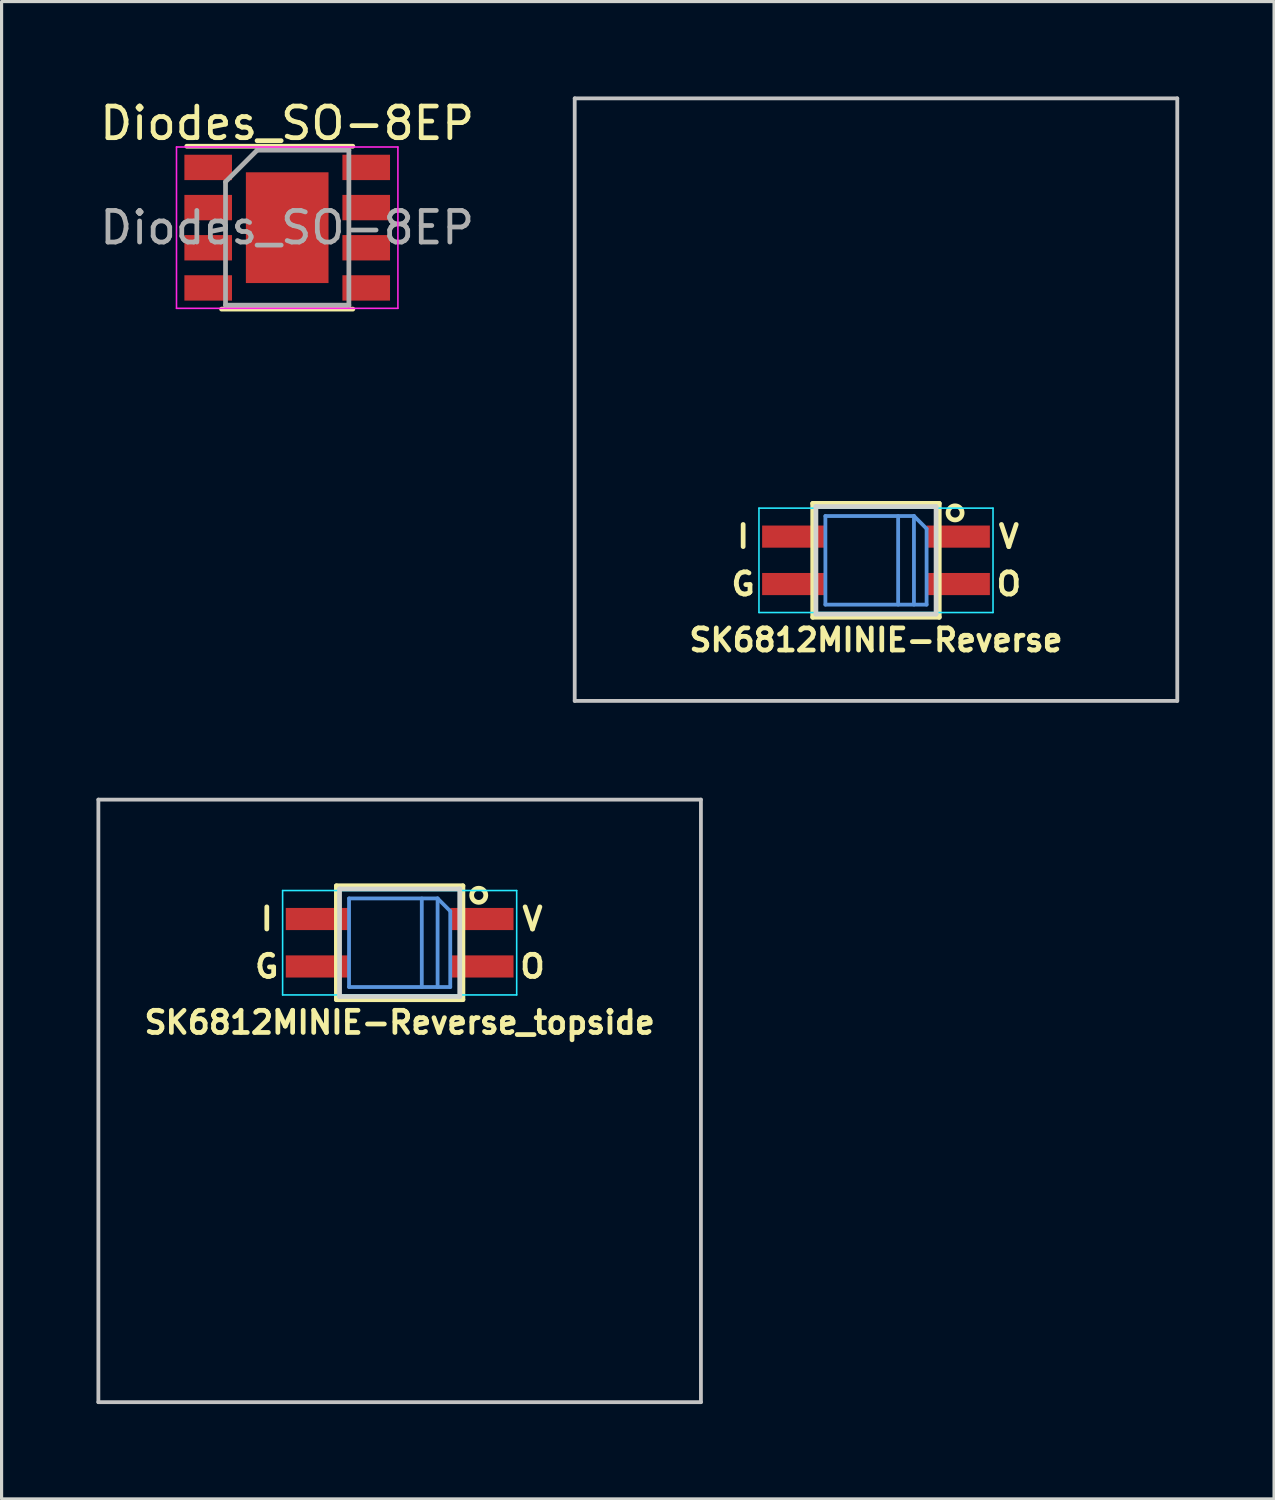
<source format=kicad_pcb>
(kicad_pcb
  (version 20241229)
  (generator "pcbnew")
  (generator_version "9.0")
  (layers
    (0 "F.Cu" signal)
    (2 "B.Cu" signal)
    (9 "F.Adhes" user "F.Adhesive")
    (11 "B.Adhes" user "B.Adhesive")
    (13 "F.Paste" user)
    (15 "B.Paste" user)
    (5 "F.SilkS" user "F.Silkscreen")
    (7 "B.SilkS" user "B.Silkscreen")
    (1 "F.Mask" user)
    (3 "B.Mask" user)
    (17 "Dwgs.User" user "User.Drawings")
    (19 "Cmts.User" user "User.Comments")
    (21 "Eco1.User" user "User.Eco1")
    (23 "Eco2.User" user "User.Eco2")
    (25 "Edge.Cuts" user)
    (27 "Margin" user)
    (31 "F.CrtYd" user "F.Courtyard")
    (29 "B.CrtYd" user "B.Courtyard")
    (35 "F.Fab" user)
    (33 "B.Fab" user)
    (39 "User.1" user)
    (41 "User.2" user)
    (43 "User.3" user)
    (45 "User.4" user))
  (footprint "SK6812MINIE-Reverse"
    (layer "F.Cu")
    (at 24.645 9.585)
    (property "Reference" "SK6812MINIE-Reverse" (at 0 7.6 0) (layer "F.SilkS") (effects (font (size 0.7 0.7) (thickness 0.15))))
    (attr smd)
    (fp_line (start -2 3.28) (end -2 6.88) (stroke (width 0.15) (type solid)) (layer "F.SilkS"))
    (fp_line (start -2 6.88) (end 2 6.88) (stroke (width 0.15) (type solid)) (layer "F.SilkS"))
    (fp_line (start 2 3.28) (end -2 3.28) (stroke (width 0.15) (type solid)) (layer "F.SilkS"))
    (fp_line (start 2 6.88) (end 2 3.28) (stroke (width 0.15) (type solid)) (layer "F.SilkS"))
    (fp_circle (center 2.5 3.58) (end 2.6 3.78) (stroke (width 0.15) (type solid)) (fill no) (layer "F.SilkS"))
    (fp_line (start -9.525 -9.525) (end 9.525 -9.525) (stroke (width 0.12) (type solid)) (layer "Dwgs.User"))
    (fp_line (start -9.525 9.525) (end -9.525 -9.525) (stroke (width 0.12) (type solid)) (layer "Dwgs.User"))
    (fp_line (start -9.525 9.525) (end 9.525 9.525) (stroke (width 0.12) (type solid)) (layer "Dwgs.User"))
    (fp_line (start 9.525 9.525) (end 9.525 -9.525) (stroke (width 0.12) (type solid)) (layer "Dwgs.User"))
    (fp_line (start -1.6 3.68) (end 1.2 3.68) (stroke (width 0.12) (type solid)) (layer "Cmts.User"))
    (fp_line (start -1.6 6.48) (end -1.6 3.68) (stroke (width 0.12) (type solid)) (layer "Cmts.User"))
    (fp_line (start 0.7 3.68) (end 0.7 6.48) (stroke (width 0.12) (type solid)) (layer "Cmts.User"))
    (fp_line (start 1.2 3.68) (end 1.6 4.08) (stroke (width 0.12) (type solid)) (layer "Cmts.User"))
    (fp_line (start 1.2 6.48) (end 1.2 3.68) (stroke (width 0.12) (type solid)) (layer "Cmts.User"))
    (fp_line (start 1.6 4.08) (end 1.6 6.48) (stroke (width 0.12) (type solid)) (layer "Cmts.User"))
    (fp_line (start 1.6 6.48) (end -1.6 6.48) (stroke (width 0.12) (type solid)) (layer "Cmts.User"))
    (fp_line (start -1.9 3.38) (end -1.9 6.78) (stroke (width 0.15) (type solid)) (layer "Edge.Cuts"))
    (fp_line (start 1.9 3.38) (end -1.9 3.38) (stroke (width 0.15) (type solid)) (layer "Edge.Cuts"))
    (fp_line (start 1.9 3.38) (end 1.9 6.78) (stroke (width 0.15) (type solid)) (layer "Edge.Cuts"))
    (fp_line (start 1.9 6.78) (end -1.9 6.78) (stroke (width 0.15) (type solid)) (layer "Edge.Cuts"))
    (fp_line (start -3.7 3.43) (end -3.7 6.73) (stroke (width 0.05) (type solid)) (layer "B.CrtYd"))
    (fp_line (start -3.7 6.73) (end 3.7 6.73) (stroke (width 0.05) (type solid)) (layer "B.CrtYd"))
    (fp_line (start 3.7 3.43) (end -3.7 3.43) (stroke (width 0.05) (type solid)) (layer "B.CrtYd"))
    (fp_line (start 3.7 6.73) (end 3.7 3.43) (stroke (width 0.05) (type solid)) (layer "B.CrtYd"))
    (fp_text user "G" (at -4.2 5.83 0) (layer "F.SilkS") (effects (font (size 0.7 0.7) (thickness 0.15))))
    (fp_text user "V" (at 4.2 4.33 0) (layer "F.SilkS") (effects (font (size 0.7 0.7) (thickness 0.15))))
    (fp_text user "O" (at 4.2 5.83 0) (layer "F.SilkS") (effects (font (size 0.7 0.7) (thickness 0.15))))
    (fp_text user "I" (at -4.2 4.33 0) (layer "F.SilkS") (effects (font (size 0.7 0.7) (thickness 0.15))))
    (pad "1" smd rect (at -2.6 5.83) (size 2 0.7) (layers "F.Cu" "F.Mask" "F.Paste"))
    (pad "2" smd rect (at -2.6 4.33) (size 2 0.7) (layers "F.Cu" "F.Mask" "F.Paste"))
    (pad "3" smd rect (at 2.6 4.33) (size 2 0.7) (layers "F.Cu" "F.Mask" "F.Paste"))
    (pad "4" smd rect (at 2.6 5.83) (size 2 0.7) (layers "F.Cu" "F.Mask" "F.Paste")))
  (footprint "SK6812MINIE-Reverse_topside"
    (layer "F.Cu")
    (at 9.585 31.755)
    (property "Reference" "SK6812MINIE-Reverse_topside" (at 0 -2.48 0) (layer "F.SilkS") (effects (font (size 0.7 0.7) (thickness 0.15))))
    (attr smd)
    (fp_line (start -2 -6.8) (end -2 -3.2) (stroke (width 0.15) (type solid)) (layer "F.SilkS"))
    (fp_line (start -2 -3.2) (end 2 -3.2) (stroke (width 0.15) (type solid)) (layer "F.SilkS"))
    (fp_line (start 2 -6.8) (end -2 -6.8) (stroke (width 0.15) (type solid)) (layer "F.SilkS"))
    (fp_line (start 2 -3.2) (end 2 -6.8) (stroke (width 0.15) (type solid)) (layer "F.SilkS"))
    (fp_circle (center 2.5 -6.5) (end 2.6 -6.3) (stroke (width 0.15) (type solid)) (fill no) (layer "F.SilkS"))
    (fp_line (start -9.525 -9.525) (end 9.525 -9.525) (stroke (width 0.12) (type solid)) (layer "Dwgs.User"))
    (fp_line (start -9.525 9.525) (end -9.525 -9.525) (stroke (width 0.12) (type solid)) (layer "Dwgs.User"))
    (fp_line (start -9.525 9.525) (end 9.525 9.525) (stroke (width 0.12) (type solid)) (layer "Dwgs.User"))
    (fp_line (start 9.525 9.525) (end 9.525 -9.525) (stroke (width 0.12) (type solid)) (layer "Dwgs.User"))
    (fp_line (start -1.6 -6.4) (end 1.2 -6.4) (stroke (width 0.12) (type solid)) (layer "Cmts.User"))
    (fp_line (start -1.6 -3.6) (end -1.6 -6.4) (stroke (width 0.12) (type solid)) (layer "Cmts.User"))
    (fp_line (start 0.7 -6.4) (end 0.7 -3.6) (stroke (width 0.12) (type solid)) (layer "Cmts.User"))
    (fp_line (start 1.2 -6.4) (end 1.6 -6) (stroke (width 0.12) (type solid)) (layer "Cmts.User"))
    (fp_line (start 1.2 -3.6) (end 1.2 -6.4) (stroke (width 0.12) (type solid)) (layer "Cmts.User"))
    (fp_line (start 1.6 -6) (end 1.6 -3.6) (stroke (width 0.12) (type solid)) (layer "Cmts.User"))
    (fp_line (start 1.6 -3.6) (end -1.6 -3.6) (stroke (width 0.12) (type solid)) (layer "Cmts.User"))
    (fp_line (start -1.9 -6.7) (end -1.9 -3.3) (stroke (width 0.15) (type solid)) (layer "Edge.Cuts"))
    (fp_line (start 1.9 -6.7) (end -1.9 -6.7) (stroke (width 0.15) (type solid)) (layer "Edge.Cuts"))
    (fp_line (start 1.9 -6.7) (end 1.9 -3.3) (stroke (width 0.15) (type solid)) (layer "Edge.Cuts"))
    (fp_line (start 1.9 -3.3) (end -1.9 -3.3) (stroke (width 0.15) (type solid)) (layer "Edge.Cuts"))
    (fp_line (start -3.7 -6.65) (end -3.7 -3.35) (stroke (width 0.05) (type solid)) (layer "B.CrtYd"))
    (fp_line (start -3.7 -3.35) (end 3.7 -3.35) (stroke (width 0.05) (type solid)) (layer "B.CrtYd"))
    (fp_line (start 3.7 -6.65) (end -3.7 -6.65) (stroke (width 0.05) (type solid)) (layer "B.CrtYd"))
    (fp_line (start 3.7 -3.35) (end 3.7 -6.65) (stroke (width 0.05) (type solid)) (layer "B.CrtYd"))
    (fp_text user "G" (at -4.2 -4.25 0) (layer "F.SilkS") (effects (font (size 0.7 0.7) (thickness 0.15))))
    (fp_text user "O" (at 4.2 -4.25 0) (layer "F.SilkS") (effects (font (size 0.7 0.7) (thickness 0.15))))
    (fp_text user "V" (at 4.2 -5.75 0) (layer "F.SilkS") (effects (font (size 0.7 0.7) (thickness 0.15))))
    (fp_text user "I" (at -4.2 -5.75 0) (layer "F.SilkS") (effects (font (size 0.7 0.7) (thickness 0.15))))
    (pad "1" smd rect (at -2.6 -4.25) (size 2 0.7) (layers "F.Cu" "F.Mask" "F.Paste"))
    (pad "2" smd rect (at -2.6 -5.75) (size 2 0.7) (layers "F.Cu" "F.Mask" "F.Paste"))
    (pad "3" smd rect (at 2.6 -5.75) (size 2 0.7) (layers "F.Cu" "F.Mask" "F.Paste"))
    (pad "4" smd rect (at 2.6 -4.25) (size 2 0.7) (layers "F.Cu" "F.Mask" "F.Paste")))
  (footprint "Diodes_SO-8EP"
    (layer "F.Cu")
    (at 6.03 4.148)
    (property "Reference" "Diodes_SO-8EP" (at 0 -3.3 0) (layer "F.SilkS") (effects (font (size 1 1) (thickness 0.15))))
    (attr smd)
    (fp_line (start -3.175 -2.575) (end 2.075 -2.575) (stroke (width 0.15) (type solid)) (layer "F.SilkS"))
    (fp_line (start -2.075 2.575) (end 2.075 2.575) (stroke (width 0.15) (type solid)) (layer "F.SilkS"))
    (fp_line (start -3.5 -2.55) (end -3.5 2.55) (stroke (width 0.05) (type solid)) (layer "F.CrtYd"))
    (fp_line (start -3.5 -2.55) (end 3.5 -2.55) (stroke (width 0.05) (type solid)) (layer "F.CrtYd"))
    (fp_line (start -3.5 2.55) (end 3.5 2.55) (stroke (width 0.05) (type solid)) (layer "F.CrtYd"))
    (fp_line (start 3.5 -2.55) (end 3.5 2.55) (stroke (width 0.05) (type solid)) (layer "F.CrtYd"))
    (fp_line (start -1.95 -1.45) (end -0.95 -2.45) (stroke (width 0.15) (type solid)) (layer "F.Fab"))
    (fp_line (start -1.95 2.45) (end -1.95 -1.45) (stroke (width 0.15) (type solid)) (layer "F.Fab"))
    (fp_line (start -0.95 -2.45) (end 1.95 -2.45) (stroke (width 0.15) (type solid)) (layer "F.Fab"))
    (fp_line (start 1.95 -2.45) (end 1.95 2.45) (stroke (width 0.15) (type solid)) (layer "F.Fab"))
    (fp_line (start 1.95 2.45) (end -1.95 2.45) (stroke (width 0.15) (type solid)) (layer "F.Fab"))
    (fp_text user "${REFERENCE}" (at 0 0 0) (layer "F.Fab") (effects (font (size 1 1) (thickness 0.15))))
    (pad "1" smd rect (at -2.498 -1.905) (size 1.505 0.802) (layers "F.Cu" "F.Mask" "F.Paste"))
    (pad "1" smd rect (at -2.498 -0.635) (size 1.505 0.802) (layers "F.Cu" "F.Mask" "F.Paste"))
    (pad "3" smd rect (at -2.498 0.635) (size 1.505 0.802) (layers "F.Cu" "F.Mask" "F.Paste"))
    (pad "4" smd rect (at -2.498 1.905) (size 1.505 0.802) (layers "F.Cu" "F.Mask" "F.Paste"))
    (pad "5" smd rect (at 2.498 1.905) (size 1.505 0.802) (layers "F.Cu" "F.Mask" "F.Paste"))
    (pad "6" smd rect (at 2.498 0.635) (size 1.505 0.802) (layers "F.Cu" "F.Mask" "F.Paste"))
    (pad "7" smd rect (at 2.498 -1.905) (size 1.505 0.802) (layers "F.Cu" "F.Mask" "F.Paste"))
    (pad "7" smd rect (at 2.498 -0.635) (size 1.505 0.802) (layers "F.Cu" "F.Mask" "F.Paste"))
    (pad "9" smd rect (at 0 0) (size 2.613 3.502) (layers "F.Cu" "F.Mask" "F.Paste")))
  (gr_rect
    (start -3 -3)
    (end 37.23 44.34)
    (stroke (width 0.1) (type default))
    (fill no)
    (layer "Edge.Cuts")))
</source>
